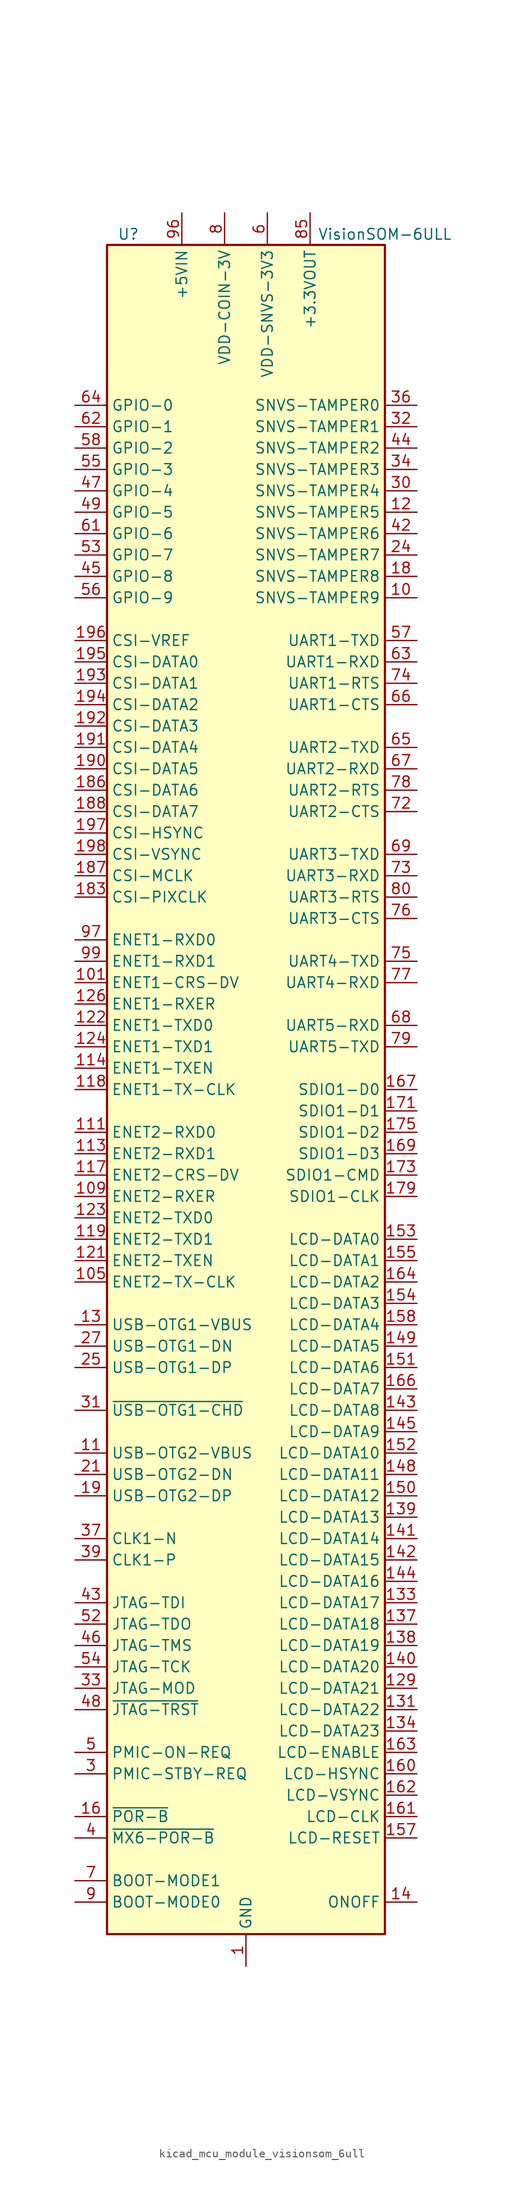
<source format=kicad_sym>
(kicad_symbol_lib
  (version 20220914)
  (generator kicad_symbol_editor)
  (symbol "kicad_mcu_module_visionsom_6ull"
    (property "Reference" "U"
      (at -13.97 101.6 0)
      (effects (font (size 1.27 1.27))))
    (property "Value" "VisionSOM-6ULL"
      (at 16.51 101.6 0)
      (effects (font (size 1.27 1.27))))
    (symbol "kicad_mcu_module_visionsom_6ull_0_1"
      (rectangle (start -16.51 100.33) (end 16.51 -100.33) (stroke (width 0.254) (type default)) (fill (type background))))
    (symbol "kicad_mcu_module_visionsom_6ull_1_1"
      (pin power_in line (at 0 -104.14 90) (length 3.81) (name "GND" (effects (font (size 1.27 1.27)))) (number "1" (effects (font (size 1.27 1.27)))))
      (pin bidirectional line (at 20.32 58.42 180) (length 3.81) (name "SNVS-TAMPER9" (effects (font (size 1.27 1.27)))) (number "10" (effects (font (size 1.27 1.27)))))
      (pin passive line (at -7.62 104.14 270) (length 3.81) hide (name "+5VIN" (effects (font (size 1.27 1.27)))) (number "100" (effects (font (size 1.27 1.27)))))
      (pin bidirectional line (at -20.32 12.7 0) (length 3.81) (name "ENET1-CRS-DV" (effects (font (size 1.27 1.27)))) (number "101" (effects (font (size 1.27 1.27)))))
      (pin passive line (at -7.62 104.14 270) (length 3.81) hide (name "+5VIN" (effects (font (size 1.27 1.27)))) (number "102" (effects (font (size 1.27 1.27)))))
      (pin passive line (at 0 -104.14 90) (length 3.81) hide (name "GND" (effects (font (size 1.27 1.27)))) (number "103" (effects (font (size 1.27 1.27)))))
      (pin passive line (at -7.62 104.14 270) (length 3.81) hide (name "+5VIN" (effects (font (size 1.27 1.27)))) (number "104" (effects (font (size 1.27 1.27)))))
      (pin bidirectional line (at -20.32 -22.86 0) (length 3.81) (name "ENET2-TX-CLK" (effects (font (size 1.27 1.27)))) (number "105" (effects (font (size 1.27 1.27)))))
      (pin passive line (at -7.62 104.14 270) (length 3.81) hide (name "+5VIN" (effects (font (size 1.27 1.27)))) (number "106" (effects (font (size 1.27 1.27)))))
      (pin passive line (at 0 -104.14 90) (length 3.81) hide (name "GND" (effects (font (size 1.27 1.27)))) (number "107" (effects (font (size 1.27 1.27)))))
      (pin passive line (at -7.62 104.14 270) (length 3.81) hide (name "+5VIN" (effects (font (size 1.27 1.27)))) (number "108" (effects (font (size 1.27 1.27)))))
      (pin bidirectional line (at -20.32 -12.7 0) (length 3.81) (name "ENET2-RXER" (effects (font (size 1.27 1.27)))) (number "109" (effects (font (size 1.27 1.27)))))
      (pin input line (at -20.32 -43.18 0) (length 3.81) (name "USB-OTG2-VBUS" (effects (font (size 1.27 1.27)))) (number "11" (effects (font (size 1.27 1.27)))))
      (pin passive line (at -7.62 104.14 270) (length 3.81) hide (name "+5VIN" (effects (font (size 1.27 1.27)))) (number "110" (effects (font (size 1.27 1.27)))))
      (pin bidirectional line (at -20.32 -5.08 0) (length 3.81) (name "ENET2-RXD0" (effects (font (size 1.27 1.27)))) (number "111" (effects (font (size 1.27 1.27)))))
      (pin passive line (at -7.62 104.14 270) (length 3.81) hide (name "+5VIN" (effects (font (size 1.27 1.27)))) (number "112" (effects (font (size 1.27 1.27)))))
      (pin bidirectional line (at -20.32 -7.62 0) (length 3.81) (name "ENET2-RXD1" (effects (font (size 1.27 1.27)))) (number "113" (effects (font (size 1.27 1.27)))))
      (pin bidirectional line (at -20.32 2.54 0) (length 3.81) (name "ENET1-TXEN" (effects (font (size 1.27 1.27)))) (number "114" (effects (font (size 1.27 1.27)))))
      (pin passive line (at 0 -104.14 90) (length 3.81) hide (name "GND" (effects (font (size 1.27 1.27)))) (number "115" (effects (font (size 1.27 1.27)))))
      (pin passive line (at 0 -104.14 90) (length 3.81) hide (name "GND" (effects (font (size 1.27 1.27)))) (number "116" (effects (font (size 1.27 1.27)))))
      (pin bidirectional line (at -20.32 -10.16 0) (length 3.81) (name "ENET2-CRS-DV" (effects (font (size 1.27 1.27)))) (number "117" (effects (font (size 1.27 1.27)))))
      (pin bidirectional line (at -20.32 0 0) (length 3.81) (name "ENET1-TX-CLK" (effects (font (size 1.27 1.27)))) (number "118" (effects (font (size 1.27 1.27)))))
      (pin bidirectional line (at -20.32 -17.78 0) (length 3.81) (name "ENET2-TXD1" (effects (font (size 1.27 1.27)))) (number "119" (effects (font (size 1.27 1.27)))))
      (pin bidirectional line (at 20.32 68.58 180) (length 3.81) (name "SNVS-TAMPER5" (effects (font (size 1.27 1.27)))) (number "12" (effects (font (size 1.27 1.27)))))
      (pin passive line (at 0 -104.14 90) (length 3.81) hide (name "GND" (effects (font (size 1.27 1.27)))) (number "120" (effects (font (size 1.27 1.27)))))
      (pin bidirectional line (at -20.32 -20.32 0) (length 3.81) (name "ENET2-TXEN" (effects (font (size 1.27 1.27)))) (number "121" (effects (font (size 1.27 1.27)))))
      (pin bidirectional line (at -20.32 7.62 0) (length 3.81) (name "ENET1-TXD0" (effects (font (size 1.27 1.27)))) (number "122" (effects (font (size 1.27 1.27)))))
      (pin bidirectional line (at -20.32 -15.24 0) (length 3.81) (name "ENET2-TXD0" (effects (font (size 1.27 1.27)))) (number "123" (effects (font (size 1.27 1.27)))))
      (pin bidirectional line (at -20.32 5.08 0) (length 3.81) (name "ENET1-TXD1" (effects (font (size 1.27 1.27)))) (number "124" (effects (font (size 1.27 1.27)))))
      (pin passive line (at 0 -104.14 90) (length 3.81) hide (name "GND" (effects (font (size 1.27 1.27)))) (number "125" (effects (font (size 1.27 1.27)))))
      (pin bidirectional line (at -20.32 10.16 0) (length 3.81) (name "ENET1-RXER" (effects (font (size 1.27 1.27)))) (number "126" (effects (font (size 1.27 1.27)))))
      (pin passive line (at 0 -104.14 90) (length 3.81) hide (name "GND" (effects (font (size 1.27 1.27)))) (number "127" (effects (font (size 1.27 1.27)))))
      (pin passive line (at 0 -104.14 90) (length 3.81) hide (name "GND" (effects (font (size 1.27 1.27)))) (number "128" (effects (font (size 1.27 1.27)))))
      (pin bidirectional line (at 20.32 -71.12 180) (length 3.81) (name "LCD-DATA21" (effects (font (size 1.27 1.27)))) (number "129" (effects (font (size 1.27 1.27)))))
      (pin input line (at -20.32 -27.94 0) (length 3.81) (name "USB-OTG1-VBUS" (effects (font (size 1.27 1.27)))) (number "13" (effects (font (size 1.27 1.27)))))
      (pin passive line (at 0 -104.14 90) (length 3.81) hide (name "GND" (effects (font (size 1.27 1.27)))) (number "130" (effects (font (size 1.27 1.27)))))
      (pin bidirectional line (at 20.32 -73.66 180) (length 3.81) (name "LCD-DATA22" (effects (font (size 1.27 1.27)))) (number "131" (effects (font (size 1.27 1.27)))))
      (pin passive line (at 0 -104.14 90) (length 3.81) hide (name "GND" (effects (font (size 1.27 1.27)))) (number "132" (effects (font (size 1.27 1.27)))))
      (pin bidirectional line (at 20.32 -60.96 180) (length 3.81) (name "LCD-DATA17" (effects (font (size 1.27 1.27)))) (number "133" (effects (font (size 1.27 1.27)))))
      (pin bidirectional line (at 20.32 -76.2 180) (length 3.81) (name "LCD-DATA23" (effects (font (size 1.27 1.27)))) (number "134" (effects (font (size 1.27 1.27)))))
      (pin passive line (at 0 -104.14 90) (length 3.81) hide (name "GND" (effects (font (size 1.27 1.27)))) (number "135" (effects (font (size 1.27 1.27)))))
      (pin passive line (at 0 -104.14 90) (length 3.81) hide (name "GND" (effects (font (size 1.27 1.27)))) (number "136" (effects (font (size 1.27 1.27)))))
      (pin bidirectional line (at 20.32 -63.5 180) (length 3.81) (name "LCD-DATA18" (effects (font (size 1.27 1.27)))) (number "137" (effects (font (size 1.27 1.27)))))
      (pin bidirectional line (at 20.32 -66.04 180) (length 3.81) (name "LCD-DATA19" (effects (font (size 1.27 1.27)))) (number "138" (effects (font (size 1.27 1.27)))))
      (pin bidirectional line (at 20.32 -50.8 180) (length 3.81) (name "LCD-DATA13" (effects (font (size 1.27 1.27)))) (number "139" (effects (font (size 1.27 1.27)))))
      (pin input line (at 20.32 -96.52 180) (length 3.81) (name "ONOFF" (effects (font (size 1.27 1.27)))) (number "14" (effects (font (size 1.27 1.27)))))
      (pin bidirectional line (at 20.32 -68.58 180) (length 3.81) (name "LCD-DATA20" (effects (font (size 1.27 1.27)))) (number "140" (effects (font (size 1.27 1.27)))))
      (pin bidirectional line (at 20.32 -53.34 180) (length 3.81) (name "LCD-DATA14" (effects (font (size 1.27 1.27)))) (number "141" (effects (font (size 1.27 1.27)))))
      (pin bidirectional line (at 20.32 -55.88 180) (length 3.81) (name "LCD-DATA15" (effects (font (size 1.27 1.27)))) (number "142" (effects (font (size 1.27 1.27)))))
      (pin bidirectional line (at 20.32 -38.1 180) (length 3.81) (name "LCD-DATA8" (effects (font (size 1.27 1.27)))) (number "143" (effects (font (size 1.27 1.27)))))
      (pin bidirectional line (at 20.32 -58.42 180) (length 3.81) (name "LCD-DATA16" (effects (font (size 1.27 1.27)))) (number "144" (effects (font (size 1.27 1.27)))))
      (pin bidirectional line (at 20.32 -40.64 180) (length 3.81) (name "LCD-DATA9" (effects (font (size 1.27 1.27)))) (number "145" (effects (font (size 1.27 1.27)))))
      (pin passive line (at 0 -104.14 90) (length 3.81) hide (name "GND" (effects (font (size 1.27 1.27)))) (number "146" (effects (font (size 1.27 1.27)))))
      (pin passive line (at 0 -104.14 90) (length 3.81) hide (name "GND" (effects (font (size 1.27 1.27)))) (number "147" (effects (font (size 1.27 1.27)))))
      (pin bidirectional line (at 20.32 -45.72 180) (length 3.81) (name "LCD-DATA11" (effects (font (size 1.27 1.27)))) (number "148" (effects (font (size 1.27 1.27)))))
      (pin bidirectional line (at 20.32 -30.48 180) (length 3.81) (name "LCD-DATA5" (effects (font (size 1.27 1.27)))) (number "149" (effects (font (size 1.27 1.27)))))
      (pin passive line (at 0 -104.14 90) (length 3.81) hide (name "GND" (effects (font (size 1.27 1.27)))) (number "15" (effects (font (size 1.27 1.27)))))
      (pin bidirectional line (at 20.32 -48.26 180) (length 3.81) (name "LCD-DATA12" (effects (font (size 1.27 1.27)))) (number "150" (effects (font (size 1.27 1.27)))))
      (pin bidirectional line (at 20.32 -33.02 180) (length 3.81) (name "LCD-DATA6" (effects (font (size 1.27 1.27)))) (number "151" (effects (font (size 1.27 1.27)))))
      (pin bidirectional line (at 20.32 -43.18 180) (length 3.81) (name "LCD-DATA10" (effects (font (size 1.27 1.27)))) (number "152" (effects (font (size 1.27 1.27)))))
      (pin bidirectional line (at 20.32 -17.78 180) (length 3.81) (name "LCD-DATA0" (effects (font (size 1.27 1.27)))) (number "153" (effects (font (size 1.27 1.27)))))
      (pin bidirectional line (at 20.32 -25.4 180) (length 3.81) (name "LCD-DATA3" (effects (font (size 1.27 1.27)))) (number "154" (effects (font (size 1.27 1.27)))))
      (pin bidirectional line (at 20.32 -20.32 180) (length 3.81) (name "LCD-DATA1" (effects (font (size 1.27 1.27)))) (number "155" (effects (font (size 1.27 1.27)))))
      (pin passive line (at 0 -104.14 90) (length 3.81) hide (name "GND" (effects (font (size 1.27 1.27)))) (number "156" (effects (font (size 1.27 1.27)))))
      (pin bidirectional line (at 20.32 -88.9 180) (length 3.81) (name "LCD-RESET" (effects (font (size 1.27 1.27)))) (number "157" (effects (font (size 1.27 1.27)))))
      (pin bidirectional line (at 20.32 -27.94 180) (length 3.81) (name "LCD-DATA4" (effects (font (size 1.27 1.27)))) (number "158" (effects (font (size 1.27 1.27)))))
      (pin passive line (at 0 -104.14 90) (length 3.81) hide (name "GND" (effects (font (size 1.27 1.27)))) (number "159" (effects (font (size 1.27 1.27)))))
      (pin input line (at -20.32 -86.36 0) (length 3.81) (name "~{POR-B}" (effects (font (size 1.27 1.27)))) (number "16" (effects (font (size 1.27 1.27)))))
      (pin bidirectional line (at 20.32 -81.28 180) (length 3.81) (name "LCD-HSYNC" (effects (font (size 1.27 1.27)))) (number "160" (effects (font (size 1.27 1.27)))))
      (pin bidirectional line (at 20.32 -86.36 180) (length 3.81) (name "LCD-CLK" (effects (font (size 1.27 1.27)))) (number "161" (effects (font (size 1.27 1.27)))))
      (pin bidirectional line (at 20.32 -83.82 180) (length 3.81) (name "LCD-VSYNC" (effects (font (size 1.27 1.27)))) (number "162" (effects (font (size 1.27 1.27)))))
      (pin bidirectional line (at 20.32 -78.74 180) (length 3.81) (name "LCD-ENABLE" (effects (font (size 1.27 1.27)))) (number "163" (effects (font (size 1.27 1.27)))))
      (pin bidirectional line (at 20.32 -22.86 180) (length 3.81) (name "LCD-DATA2" (effects (font (size 1.27 1.27)))) (number "164" (effects (font (size 1.27 1.27)))))
      (pin passive line (at 0 -104.14 90) (length 3.81) hide (name "GND" (effects (font (size 1.27 1.27)))) (number "165" (effects (font (size 1.27 1.27)))))
      (pin bidirectional line (at 20.32 -35.56 180) (length 3.81) (name "LCD-DATA7" (effects (font (size 1.27 1.27)))) (number "166" (effects (font (size 1.27 1.27)))))
      (pin bidirectional line (at 20.32 0 180) (length 3.81) (name "SDIO1-D0" (effects (font (size 1.27 1.27)))) (number "167" (effects (font (size 1.27 1.27)))))
      (pin passive line (at 0 -104.14 90) (length 3.81) hide (name "GND" (effects (font (size 1.27 1.27)))) (number "168" (effects (font (size 1.27 1.27)))))
      (pin bidirectional line (at 20.32 -7.62 180) (length 3.81) (name "SDIO1-D3" (effects (font (size 1.27 1.27)))) (number "169" (effects (font (size 1.27 1.27)))))
      (pin passive line (at 0 -104.14 90) (length 3.81) hide (name "GND" (effects (font (size 1.27 1.27)))) (number "17" (effects (font (size 1.27 1.27)))))
      (pin passive line (at 0 -104.14 90) (length 3.81) hide (name "GND" (effects (font (size 1.27 1.27)))) (number "170" (effects (font (size 1.27 1.27)))))
      (pin bidirectional line (at 20.32 -2.54 180) (length 3.81) (name "SDIO1-D1" (effects (font (size 1.27 1.27)))) (number "171" (effects (font (size 1.27 1.27)))))
      (pin passive line (at 0 -104.14 90) (length 3.81) hide (name "GND" (effects (font (size 1.27 1.27)))) (number "172" (effects (font (size 1.27 1.27)))))
      (pin bidirectional line (at 20.32 -10.16 180) (length 3.81) (name "SDIO1-CMD" (effects (font (size 1.27 1.27)))) (number "173" (effects (font (size 1.27 1.27)))))
      (pin passive line (at 0 -104.14 90) (length 3.81) hide (name "GND" (effects (font (size 1.27 1.27)))) (number "174" (effects (font (size 1.27 1.27)))))
      (pin bidirectional line (at 20.32 -5.08 180) (length 3.81) (name "SDIO1-D2" (effects (font (size 1.27 1.27)))) (number "175" (effects (font (size 1.27 1.27)))))
      (pin passive line (at 0 -104.14 90) (length 3.81) hide (name "GND" (effects (font (size 1.27 1.27)))) (number "176" (effects (font (size 1.27 1.27)))))
      (pin passive line (at 0 -104.14 90) (length 3.81) hide (name "GND" (effects (font (size 1.27 1.27)))) (number "177" (effects (font (size 1.27 1.27)))))
      (pin passive line (at 0 -104.14 90) (length 3.81) hide (name "GND" (effects (font (size 1.27 1.27)))) (number "178" (effects (font (size 1.27 1.27)))))
      (pin bidirectional line (at 20.32 -12.7 180) (length 3.81) (name "SDIO1-CLK" (effects (font (size 1.27 1.27)))) (number "179" (effects (font (size 1.27 1.27)))))
      (pin bidirectional line (at 20.32 60.96 180) (length 3.81) (name "SNVS-TAMPER8" (effects (font (size 1.27 1.27)))) (number "18" (effects (font (size 1.27 1.27)))))
      (pin passive line (at 0 -104.14 90) (length 3.81) hide (name "GND" (effects (font (size 1.27 1.27)))) (number "180" (effects (font (size 1.27 1.27)))))
      (pin passive line (at 0 -104.14 90) (length 3.81) hide (name "GND" (effects (font (size 1.27 1.27)))) (number "181" (effects (font (size 1.27 1.27)))))
      (pin passive line (at 0 -104.14 90) (length 3.81) hide (name "GND" (effects (font (size 1.27 1.27)))) (number "182" (effects (font (size 1.27 1.27)))))
      (pin bidirectional line (at -20.32 22.86 0) (length 3.81) (name "CSI-PIXCLK" (effects (font (size 1.27 1.27)))) (number "183" (effects (font (size 1.27 1.27)))))
      (pin passive line (at 0 -104.14 90) (length 3.81) hide (name "GND" (effects (font (size 1.27 1.27)))) (number "184" (effects (font (size 1.27 1.27)))))
      (pin passive line (at 0 -104.14 90) (length 3.81) hide (name "GND" (effects (font (size 1.27 1.27)))) (number "185" (effects (font (size 1.27 1.27)))))
      (pin bidirectional line (at -20.32 35.56 0) (length 3.81) (name "CSI-DATA6" (effects (font (size 1.27 1.27)))) (number "186" (effects (font (size 1.27 1.27)))))
      (pin bidirectional line (at -20.32 25.4 0) (length 3.81) (name "CSI-MCLK" (effects (font (size 1.27 1.27)))) (number "187" (effects (font (size 1.27 1.27)))))
      (pin bidirectional line (at -20.32 33.02 0) (length 3.81) (name "CSI-DATA7" (effects (font (size 1.27 1.27)))) (number "188" (effects (font (size 1.27 1.27)))))
      (pin passive line (at 0 -104.14 90) (length 3.81) hide (name "GND" (effects (font (size 1.27 1.27)))) (number "189" (effects (font (size 1.27 1.27)))))
      (pin bidirectional line (at -20.32 -48.26 0) (length 3.81) (name "USB-OTG2-DP" (effects (font (size 1.27 1.27)))) (number "19" (effects (font (size 1.27 1.27)))))
      (pin bidirectional line (at -20.32 38.1 0) (length 3.81) (name "CSI-DATA5" (effects (font (size 1.27 1.27)))) (number "190" (effects (font (size 1.27 1.27)))))
      (pin bidirectional line (at -20.32 40.64 0) (length 3.81) (name "CSI-DATA4" (effects (font (size 1.27 1.27)))) (number "191" (effects (font (size 1.27 1.27)))))
      (pin bidirectional line (at -20.32 43.18 0) (length 3.81) (name "CSI-DATA3" (effects (font (size 1.27 1.27)))) (number "192" (effects (font (size 1.27 1.27)))))
      (pin bidirectional line (at -20.32 48.26 0) (length 3.81) (name "CSI-DATA1" (effects (font (size 1.27 1.27)))) (number "193" (effects (font (size 1.27 1.27)))))
      (pin bidirectional line (at -20.32 45.72 0) (length 3.81) (name "CSI-DATA2" (effects (font (size 1.27 1.27)))) (number "194" (effects (font (size 1.27 1.27)))))
      (pin bidirectional line (at -20.32 50.8 0) (length 3.81) (name "CSI-DATA0" (effects (font (size 1.27 1.27)))) (number "195" (effects (font (size 1.27 1.27)))))
      (pin passive line (at -20.32 53.34 0) (length 3.81) (name "CSI-VREF" (effects (font (size 1.27 1.27)))) (number "196" (effects (font (size 1.27 1.27)))))
      (pin bidirectional line (at -20.32 30.48 0) (length 3.81) (name "CSI-HSYNC" (effects (font (size 1.27 1.27)))) (number "197" (effects (font (size 1.27 1.27)))))
      (pin bidirectional line (at -20.32 27.94 0) (length 3.81) (name "CSI-VSYNC" (effects (font (size 1.27 1.27)))) (number "198" (effects (font (size 1.27 1.27)))))
      (pin passive line (at 0 -104.14 90) (length 3.81) hide (name "GND" (effects (font (size 1.27 1.27)))) (number "199" (effects (font (size 1.27 1.27)))))
      (pin passive line (at 0 -104.14 90) (length 3.81) hide (name "GND" (effects (font (size 1.27 1.27)))) (number "2" (effects (font (size 1.27 1.27)))))
      (pin passive line (at 0 -104.14 90) (length 3.81) hide (name "GND" (effects (font (size 1.27 1.27)))) (number "20" (effects (font (size 1.27 1.27)))))
      (pin passive line (at 0 -104.14 90) (length 3.81) hide (name "GND" (effects (font (size 1.27 1.27)))) (number "200" (effects (font (size 1.27 1.27)))))
      (pin bidirectional line (at -20.32 -45.72 0) (length 3.81) (name "USB-OTG2-DN" (effects (font (size 1.27 1.27)))) (number "21" (effects (font (size 1.27 1.27)))))
      (pin passive line (at 0 -104.14 90) (length 3.81) hide (name "GND" (effects (font (size 1.27 1.27)))) (number "22" (effects (font (size 1.27 1.27)))))
      (pin passive line (at 0 -104.14 90) (length 3.81) hide (name "GND" (effects (font (size 1.27 1.27)))) (number "23" (effects (font (size 1.27 1.27)))))
      (pin bidirectional line (at 20.32 63.5 180) (length 3.81) (name "SNVS-TAMPER7" (effects (font (size 1.27 1.27)))) (number "24" (effects (font (size 1.27 1.27)))))
      (pin bidirectional line (at -20.32 -33.02 0) (length 3.81) (name "USB-OTG1-DP" (effects (font (size 1.27 1.27)))) (number "25" (effects (font (size 1.27 1.27)))))
      (pin passive line (at 0 -104.14 90) (length 3.81) hide (name "GND" (effects (font (size 1.27 1.27)))) (number "26" (effects (font (size 1.27 1.27)))))
      (pin bidirectional line (at -20.32 -30.48 0) (length 3.81) (name "USB-OTG1-DN" (effects (font (size 1.27 1.27)))) (number "27" (effects (font (size 1.27 1.27)))))
      (pin passive line (at 0 -104.14 90) (length 3.81) hide (name "GND" (effects (font (size 1.27 1.27)))) (number "28" (effects (font (size 1.27 1.27)))))
      (pin passive line (at 0 -104.14 90) (length 3.81) hide (name "GND" (effects (font (size 1.27 1.27)))) (number "29" (effects (font (size 1.27 1.27)))))
      (pin output line (at -20.32 -81.28 0) (length 3.81) (name "PMIC-STBY-REQ" (effects (font (size 1.27 1.27)))) (number "3" (effects (font (size 1.27 1.27)))))
      (pin bidirectional line (at 20.32 71.12 180) (length 3.81) (name "SNVS-TAMPER4" (effects (font (size 1.27 1.27)))) (number "30" (effects (font (size 1.27 1.27)))))
      (pin open_collector line (at -20.32 -38.1 0) (length 3.81) (name "~{USB-OTG1-CHD}" (effects (font (size 1.27 1.27)))) (number "31" (effects (font (size 1.27 1.27)))))
      (pin bidirectional line (at 20.32 78.74 180) (length 3.81) (name "SNVS-TAMPER1" (effects (font (size 1.27 1.27)))) (number "32" (effects (font (size 1.27 1.27)))))
      (pin bidirectional line (at -20.32 -71.12 0) (length 3.81) (name "JTAG-MOD" (effects (font (size 1.27 1.27)))) (number "33" (effects (font (size 1.27 1.27)))))
      (pin bidirectional line (at 20.32 73.66 180) (length 3.81) (name "SNVS-TAMPER3" (effects (font (size 1.27 1.27)))) (number "34" (effects (font (size 1.27 1.27)))))
      (pin passive line (at 0 -104.14 90) (length 3.81) hide (name "GND" (effects (font (size 1.27 1.27)))) (number "35" (effects (font (size 1.27 1.27)))))
      (pin bidirectional line (at 20.32 81.28 180) (length 3.81) (name "SNVS-TAMPER0" (effects (font (size 1.27 1.27)))) (number "36" (effects (font (size 1.27 1.27)))))
      (pin bidirectional line (at -20.32 -53.34 0) (length 3.81) (name "CLK1-N" (effects (font (size 1.27 1.27)))) (number "37" (effects (font (size 1.27 1.27)))))
      (pin passive line (at 0 -104.14 90) (length 3.81) hide (name "GND" (effects (font (size 1.27 1.27)))) (number "38" (effects (font (size 1.27 1.27)))))
      (pin bidirectional line (at -20.32 -55.88 0) (length 3.81) (name "CLK1-P" (effects (font (size 1.27 1.27)))) (number "39" (effects (font (size 1.27 1.27)))))
      (pin input line (at -20.32 -88.9 0) (length 3.81) (name "~{MX6-POR-B}" (effects (font (size 1.27 1.27)))) (number "4" (effects (font (size 1.27 1.27)))))
      (pin passive line (at 0 -104.14 90) (length 3.81) hide (name "GND" (effects (font (size 1.27 1.27)))) (number "40" (effects (font (size 1.27 1.27)))))
      (pin passive line (at 0 -104.14 90) (length 3.81) hide (name "GND" (effects (font (size 1.27 1.27)))) (number "41" (effects (font (size 1.27 1.27)))))
      (pin bidirectional line (at 20.32 66.04 180) (length 3.81) (name "SNVS-TAMPER6" (effects (font (size 1.27 1.27)))) (number "42" (effects (font (size 1.27 1.27)))))
      (pin bidirectional line (at -20.32 -60.96 0) (length 3.81) (name "JTAG-TDI" (effects (font (size 1.27 1.27)))) (number "43" (effects (font (size 1.27 1.27)))))
      (pin bidirectional line (at 20.32 76.2 180) (length 3.81) (name "SNVS-TAMPER2" (effects (font (size 1.27 1.27)))) (number "44" (effects (font (size 1.27 1.27)))))
      (pin bidirectional line (at -20.32 60.96 0) (length 3.81) (name "GPIO-8" (effects (font (size 1.27 1.27)))) (number "45" (effects (font (size 1.27 1.27)))))
      (pin bidirectional line (at -20.32 -66.04 0) (length 3.81) (name "JTAG-TMS" (effects (font (size 1.27 1.27)))) (number "46" (effects (font (size 1.27 1.27)))))
      (pin bidirectional line (at -20.32 71.12 0) (length 3.81) (name "GPIO-4" (effects (font (size 1.27 1.27)))) (number "47" (effects (font (size 1.27 1.27)))))
      (pin bidirectional line (at -20.32 -73.66 0) (length 3.81) (name "~{JTAG-TRST}" (effects (font (size 1.27 1.27)))) (number "48" (effects (font (size 1.27 1.27)))))
      (pin bidirectional line (at -20.32 68.58 0) (length 3.81) (name "GPIO-5" (effects (font (size 1.27 1.27)))) (number "49" (effects (font (size 1.27 1.27)))))
      (pin output line (at -20.32 -78.74 0) (length 3.81) (name "PMIC-ON-REQ" (effects (font (size 1.27 1.27)))) (number "5" (effects (font (size 1.27 1.27)))))
      (pin passive line (at 0 -104.14 90) (length 3.81) hide (name "GND" (effects (font (size 1.27 1.27)))) (number "50" (effects (font (size 1.27 1.27)))))
      (pin passive line (at 0 -104.14 90) (length 3.81) hide (name "GND" (effects (font (size 1.27 1.27)))) (number "51" (effects (font (size 1.27 1.27)))))
      (pin bidirectional line (at -20.32 -63.5 0) (length 3.81) (name "JTAG-TDO" (effects (font (size 1.27 1.27)))) (number "52" (effects (font (size 1.27 1.27)))))
      (pin bidirectional line (at -20.32 63.5 0) (length 3.81) (name "GPIO-7" (effects (font (size 1.27 1.27)))) (number "53" (effects (font (size 1.27 1.27)))))
      (pin bidirectional line (at -20.32 -68.58 0) (length 3.81) (name "JTAG-TCK" (effects (font (size 1.27 1.27)))) (number "54" (effects (font (size 1.27 1.27)))))
      (pin bidirectional line (at -20.32 73.66 0) (length 3.81) (name "GPIO-3" (effects (font (size 1.27 1.27)))) (number "55" (effects (font (size 1.27 1.27)))))
      (pin bidirectional line (at -20.32 58.42 0) (length 3.81) (name "GPIO-9" (effects (font (size 1.27 1.27)))) (number "56" (effects (font (size 1.27 1.27)))))
      (pin bidirectional line (at 20.32 53.34 180) (length 3.81) (name "UART1-TXD" (effects (font (size 1.27 1.27)))) (number "57" (effects (font (size 1.27 1.27)))))
      (pin bidirectional line (at -20.32 76.2 0) (length 3.81) (name "GPIO-2" (effects (font (size 1.27 1.27)))) (number "58" (effects (font (size 1.27 1.27)))))
      (pin passive line (at 0 -104.14 90) (length 3.81) hide (name "GND" (effects (font (size 1.27 1.27)))) (number "59" (effects (font (size 1.27 1.27)))))
      (pin power_in line (at 2.54 104.14 270) (length 3.81) (name "VDD-SNVS-3V3" (effects (font (size 1.27 1.27)))) (number "6" (effects (font (size 1.27 1.27)))))
      (pin passive line (at 0 -104.14 90) (length 3.81) hide (name "GND" (effects (font (size 1.27 1.27)))) (number "60" (effects (font (size 1.27 1.27)))))
      (pin bidirectional line (at -20.32 66.04 0) (length 3.81) (name "GPIO-6" (effects (font (size 1.27 1.27)))) (number "61" (effects (font (size 1.27 1.27)))))
      (pin bidirectional line (at -20.32 78.74 0) (length 3.81) (name "GPIO-1" (effects (font (size 1.27 1.27)))) (number "62" (effects (font (size 1.27 1.27)))))
      (pin bidirectional line (at 20.32 50.8 180) (length 3.81) (name "UART1-RXD" (effects (font (size 1.27 1.27)))) (number "63" (effects (font (size 1.27 1.27)))))
      (pin bidirectional line (at -20.32 81.28 0) (length 3.81) (name "GPIO-0" (effects (font (size 1.27 1.27)))) (number "64" (effects (font (size 1.27 1.27)))))
      (pin bidirectional line (at 20.32 40.64 180) (length 3.81) (name "UART2-TXD" (effects (font (size 1.27 1.27)))) (number "65" (effects (font (size 1.27 1.27)))))
      (pin bidirectional line (at 20.32 45.72 180) (length 3.81) (name "UART1-CTS" (effects (font (size 1.27 1.27)))) (number "66" (effects (font (size 1.27 1.27)))))
      (pin bidirectional line (at 20.32 38.1 180) (length 3.81) (name "UART2-RXD" (effects (font (size 1.27 1.27)))) (number "67" (effects (font (size 1.27 1.27)))))
      (pin bidirectional line (at 20.32 7.62 180) (length 3.81) (name "UART5-RXD" (effects (font (size 1.27 1.27)))) (number "68" (effects (font (size 1.27 1.27)))))
      (pin bidirectional line (at 20.32 27.94 180) (length 3.81) (name "UART3-TXD" (effects (font (size 1.27 1.27)))) (number "69" (effects (font (size 1.27 1.27)))))
      (pin input line (at -20.32 -93.98 0) (length 3.81) (name "BOOT-MODE1" (effects (font (size 1.27 1.27)))) (number "7" (effects (font (size 1.27 1.27)))))
      (pin passive line (at 0 -104.14 90) (length 3.81) hide (name "GND" (effects (font (size 1.27 1.27)))) (number "70" (effects (font (size 1.27 1.27)))))
      (pin passive line (at 0 -104.14 90) (length 3.81) hide (name "GND" (effects (font (size 1.27 1.27)))) (number "71" (effects (font (size 1.27 1.27)))))
      (pin bidirectional line (at 20.32 33.02 180) (length 3.81) (name "UART2-CTS" (effects (font (size 1.27 1.27)))) (number "72" (effects (font (size 1.27 1.27)))))
      (pin bidirectional line (at 20.32 25.4 180) (length 3.81) (name "UART3-RXD" (effects (font (size 1.27 1.27)))) (number "73" (effects (font (size 1.27 1.27)))))
      (pin bidirectional line (at 20.32 48.26 180) (length 3.81) (name "UART1-RTS" (effects (font (size 1.27 1.27)))) (number "74" (effects (font (size 1.27 1.27)))))
      (pin bidirectional line (at 20.32 15.24 180) (length 3.81) (name "UART4-TXD" (effects (font (size 1.27 1.27)))) (number "75" (effects (font (size 1.27 1.27)))))
      (pin bidirectional line (at 20.32 20.32 180) (length 3.81) (name "UART3-CTS" (effects (font (size 1.27 1.27)))) (number "76" (effects (font (size 1.27 1.27)))))
      (pin bidirectional line (at 20.32 12.7 180) (length 3.81) (name "UART4-RXD" (effects (font (size 1.27 1.27)))) (number "77" (effects (font (size 1.27 1.27)))))
      (pin bidirectional line (at 20.32 35.56 180) (length 3.81) (name "UART2-RTS" (effects (font (size 1.27 1.27)))) (number "78" (effects (font (size 1.27 1.27)))))
      (pin bidirectional line (at 20.32 5.08 180) (length 3.81) (name "UART5-TXD" (effects (font (size 1.27 1.27)))) (number "79" (effects (font (size 1.27 1.27)))))
      (pin power_in line (at -2.54 104.14 270) (length 3.81) (name "VDD-COIN-3V" (effects (font (size 1.27 1.27)))) (number "8" (effects (font (size 1.27 1.27)))))
      (pin bidirectional line (at 20.32 22.86 180) (length 3.81) (name "UART3-RTS" (effects (font (size 1.27 1.27)))) (number "80" (effects (font (size 1.27 1.27)))))
      (pin passive line (at 0 -104.14 90) (length 3.81) hide (name "GND" (effects (font (size 1.27 1.27)))) (number "81" (effects (font (size 1.27 1.27)))))
      (pin passive line (at 0 -104.14 90) (length 3.81) hide (name "GND" (effects (font (size 1.27 1.27)))) (number "82" (effects (font (size 1.27 1.27)))))
      (pin no_connect line (at 15.24 -93.98 180) (length 3.81) hide (name "NC" (effects (font (size 1.27 1.27)))) (number "83" (effects (font (size 1.27 1.27)))))
      (pin passive line (at 0 -104.14 90) (length 3.81) hide (name "GND" (effects (font (size 1.27 1.27)))) (number "84" (effects (font (size 1.27 1.27)))))
      (pin power_out line (at 7.62 104.14 270) (length 3.81) (name "+3.3VOUT" (effects (font (size 1.27 1.27)))) (number "85" (effects (font (size 1.27 1.27)))))
      (pin no_connect line (at -15.24 -76.2 0) (length 2.54) hide (name "NC" (effects (font (size 1.27 1.27)))) (number "86" (effects (font (size 1.27 1.27)))))
      (pin passive line (at 7.62 104.14 270) (length 3.81) hide (name "+3.3VOUT" (effects (font (size 1.27 1.27)))) (number "87" (effects (font (size 1.27 1.27)))))
      (pin passive line (at 7.62 104.14 270) (length 3.81) hide (name "+3.3VOUT" (effects (font (size 1.27 1.27)))) (number "88" (effects (font (size 1.27 1.27)))))
      (pin passive line (at 7.62 104.14 270) (length 3.81) hide (name "+3.3VOUT" (effects (font (size 1.27 1.27)))) (number "89" (effects (font (size 1.27 1.27)))))
      (pin input line (at -20.32 -96.52 0) (length 3.81) (name "BOOT-MODE0" (effects (font (size 1.27 1.27)))) (number "9" (effects (font (size 1.27 1.27)))))
      (pin passive line (at 7.62 104.14 270) (length 3.81) hide (name "+3.3VOUT" (effects (font (size 1.27 1.27)))) (number "90" (effects (font (size 1.27 1.27)))))
      (pin passive line (at 7.62 104.14 270) (length 3.81) hide (name "+3.3VOUT" (effects (font (size 1.27 1.27)))) (number "91" (effects (font (size 1.27 1.27)))))
      (pin passive line (at 7.62 104.14 270) (length 3.81) hide (name "+3.3VOUT" (effects (font (size 1.27 1.27)))) (number "92" (effects (font (size 1.27 1.27)))))
      (pin passive line (at 7.62 104.14 270) (length 3.81) hide (name "+3.3VOUT" (effects (font (size 1.27 1.27)))) (number "93" (effects (font (size 1.27 1.27)))))
      (pin no_connect line (at -15.24 -83.82 0) (length 2.54) hide (name "NC" (effects (font (size 1.27 1.27)))) (number "94" (effects (font (size 1.27 1.27)))))
      (pin no_connect line (at -15.24 -91.44 0) (length 2.54) hide (name "NC" (effects (font (size 1.27 1.27)))) (number "95" (effects (font (size 1.27 1.27)))))
      (pin power_in line (at -7.62 104.14 270) (length 3.81) (name "+5VIN" (effects (font (size 1.27 1.27)))) (number "96" (effects (font (size 1.27 1.27)))))
      (pin bidirectional line (at -20.32 17.78 0) (length 3.81) (name "ENET1-RXD0" (effects (font (size 1.27 1.27)))) (number "97" (effects (font (size 1.27 1.27)))))
      (pin passive line (at -7.62 104.14 270) (length 3.81) hide (name "+5VIN" (effects (font (size 1.27 1.27)))) (number "98" (effects (font (size 1.27 1.27)))))
      (pin bidirectional line (at -20.32 15.24 0) (length 3.81) (name "ENET1-RXD1" (effects (font (size 1.27 1.27)))) (number "99" (effects (font (size 1.27 1.27))))))))
</source>
